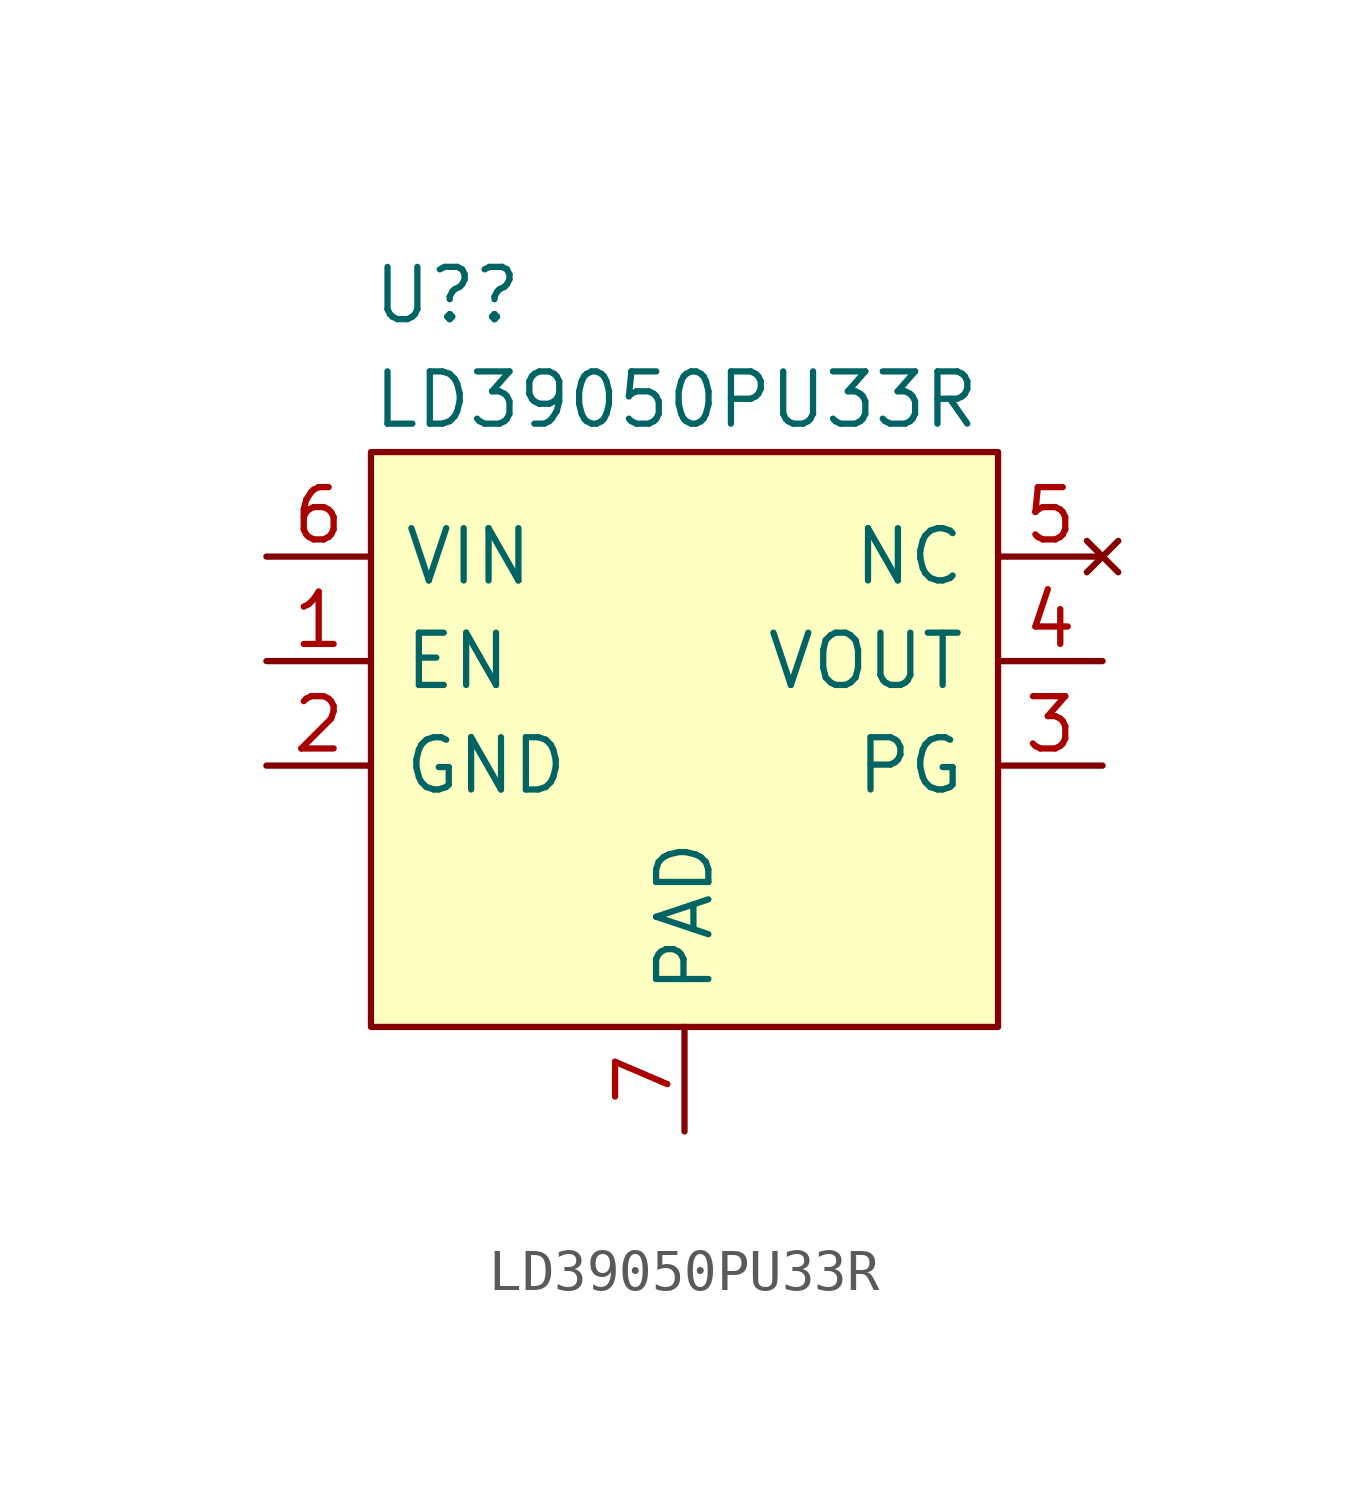
<source format=kicad_sym>
(kicad_symbol_lib
  (version 20220914)
  (generator kicad_symbol_editor)
  (symbol "LD39050PU33R"
    (pin_names
      (offset 0.762))
    (property "Reference" "U?"
      (at 5.08 6.35 0)
      (effects (font (size 1.27 1.27)) (justify left)))
    (property "Value" "LD39050PU33R"
      (at 5.08 3.81 0)
      (effects (font (size 1.27 1.27)) (justify left)))
    (symbol "LD39050PU33R_0_0"
      (pin input line (at 2.54 -2.54 0) (length 2.54) (name "EN" (effects (font (size 1.27 1.27)))) (number "1" (effects (font (size 1.27 1.27)))))
      (pin power_in line (at 2.54 -5.08 0) (length 2.54) (name "GND" (effects (font (size 1.27 1.27)))) (number "2" (effects (font (size 1.27 1.27)))))
      (pin output line (at 22.86 -5.08 180) (length 2.54) (name "PG" (effects (font (size 1.27 1.27)))) (number "3" (effects (font (size 1.27 1.27)))))
      (pin power_out line (at 22.86 -2.54 180) (length 2.54) (name "VOUT" (effects (font (size 1.27 1.27)))) (number "4" (effects (font (size 1.27 1.27)))))
      (pin no_connect line (at 22.86 0 180) (length 2.54) (name "NC" (effects (font (size 1.27 1.27)))) (number "5" (effects (font (size 1.27 1.27)))))
      (pin power_in line (at 2.54 0 0) (length 2.54) (name "VIN" (effects (font (size 1.27 1.27)))) (number "6" (effects (font (size 1.27 1.27)))))
      (pin power_in line (at 12.7 -13.97 90) (length 2.54) (name "PAD" (effects (font (size 1.27 1.27)))) (number "7" (effects (font (size 1.27 1.27))))))
    (symbol "LD39050PU33R_0_1"
      (polyline (pts (xy 5.08 2.54) (xy 20.32 2.54) (xy 20.32 -11.43) (xy 5.08 -11.43) (xy 5.08 2.54)) (stroke (width 0.152) (type solid)) (fill (type background))))))
</source>
